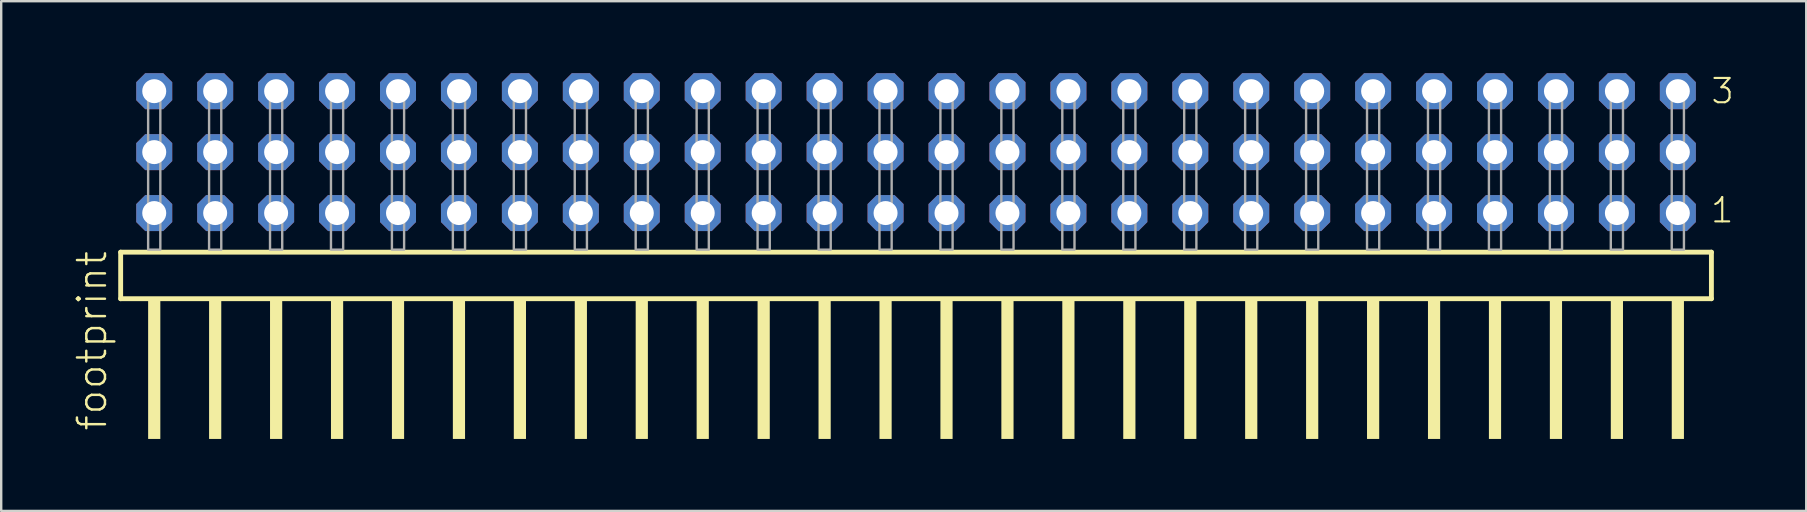
<source format=kicad_pcb>
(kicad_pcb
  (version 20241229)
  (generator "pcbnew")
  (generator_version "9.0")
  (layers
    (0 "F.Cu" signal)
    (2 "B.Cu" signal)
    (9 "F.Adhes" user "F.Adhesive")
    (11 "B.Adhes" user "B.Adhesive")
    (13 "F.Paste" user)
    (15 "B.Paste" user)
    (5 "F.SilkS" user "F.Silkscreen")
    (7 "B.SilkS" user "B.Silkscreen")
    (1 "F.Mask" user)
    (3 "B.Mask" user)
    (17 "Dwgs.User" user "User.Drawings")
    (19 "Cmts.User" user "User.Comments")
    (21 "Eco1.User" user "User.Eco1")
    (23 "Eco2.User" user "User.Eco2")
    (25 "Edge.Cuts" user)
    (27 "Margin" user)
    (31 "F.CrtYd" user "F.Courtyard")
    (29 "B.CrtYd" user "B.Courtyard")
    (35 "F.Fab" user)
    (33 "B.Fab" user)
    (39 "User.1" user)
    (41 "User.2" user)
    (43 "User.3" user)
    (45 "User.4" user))
  (footprint "footprint"
    (layer "F.Cu")
    (at 35.128 7.354)
    (property "Reference" "footprint" (at -33.655 7.62 90) (layer "F.SilkS") (effects (font (size 1.168 1.168) (thickness 0.102)) (justify left bottom)))
    (fp_line (start -33.149 0.106) (end -33.149 2.046) (stroke (width 0.203) (type solid)) (layer "F.SilkS"))
    (fp_line (start -33.149 2.046) (end 33.149 2.046) (stroke (width 0.203) (type solid)) (layer "F.SilkS"))
    (fp_line (start 33.149 0.106) (end -33.149 0.106) (stroke (width 0.203) (type solid)) (layer "F.SilkS"))
    (fp_line (start 33.149 2.046) (end 33.149 0.106) (stroke (width 0.203) (type solid)) (layer "F.SilkS"))
    (fp_poly (pts (xy -32.004 7.89) (xy -31.496 7.89) (xy -31.496 2.04) (xy -32.004 2.04)) (stroke (width 0) (type solid)) (fill yes) (layer "F.SilkS"))
    (fp_poly (pts (xy -29.464 7.89) (xy -28.956 7.89) (xy -28.956 2.04) (xy -29.464 2.04)) (stroke (width 0) (type solid)) (fill yes) (layer "F.SilkS"))
    (fp_poly (pts (xy -26.924 7.89) (xy -26.416 7.89) (xy -26.416 2.04) (xy -26.924 2.04)) (stroke (width 0) (type solid)) (fill yes) (layer "F.SilkS"))
    (fp_poly (pts (xy -24.384 7.89) (xy -23.876 7.89) (xy -23.876 2.04) (xy -24.384 2.04)) (stroke (width 0) (type solid)) (fill yes) (layer "F.SilkS"))
    (fp_poly (pts (xy -21.844 7.89) (xy -21.336 7.89) (xy -21.336 2.04) (xy -21.844 2.04)) (stroke (width 0) (type solid)) (fill yes) (layer "F.SilkS"))
    (fp_poly (pts (xy -19.304 7.89) (xy -18.796 7.89) (xy -18.796 2.04) (xy -19.304 2.04)) (stroke (width 0) (type solid)) (fill yes) (layer "F.SilkS"))
    (fp_poly (pts (xy -16.764 7.89) (xy -16.256 7.89) (xy -16.256 2.04) (xy -16.764 2.04)) (stroke (width 0) (type solid)) (fill yes) (layer "F.SilkS"))
    (fp_poly (pts (xy -14.224 7.89) (xy -13.716 7.89) (xy -13.716 2.04) (xy -14.224 2.04)) (stroke (width 0) (type solid)) (fill yes) (layer "F.SilkS"))
    (fp_poly (pts (xy -11.684 7.89) (xy -11.176 7.89) (xy -11.176 2.04) (xy -11.684 2.04)) (stroke (width 0) (type solid)) (fill yes) (layer "F.SilkS"))
    (fp_poly (pts (xy -9.144 7.89) (xy -8.636 7.89) (xy -8.636 2.04) (xy -9.144 2.04)) (stroke (width 0) (type solid)) (fill yes) (layer "F.SilkS"))
    (fp_poly (pts (xy -6.604 7.89) (xy -6.096 7.89) (xy -6.096 2.04) (xy -6.604 2.04)) (stroke (width 0) (type solid)) (fill yes) (layer "F.SilkS"))
    (fp_poly (pts (xy -4.064 7.89) (xy -3.556 7.89) (xy -3.556 2.04) (xy -4.064 2.04)) (stroke (width 0) (type solid)) (fill yes) (layer "F.SilkS"))
    (fp_poly (pts (xy -1.524 7.89) (xy -1.016 7.89) (xy -1.016 2.04) (xy -1.524 2.04)) (stroke (width 0) (type solid)) (fill yes) (layer "F.SilkS"))
    (fp_poly (pts (xy 1.016 7.89) (xy 1.524 7.89) (xy 1.524 2.04) (xy 1.016 2.04)) (stroke (width 0) (type solid)) (fill yes) (layer "F.SilkS"))
    (fp_poly (pts (xy 3.556 7.89) (xy 4.064 7.89) (xy 4.064 2.04) (xy 3.556 2.04)) (stroke (width 0) (type solid)) (fill yes) (layer "F.SilkS"))
    (fp_poly (pts (xy 6.096 7.89) (xy 6.604 7.89) (xy 6.604 2.04) (xy 6.096 2.04)) (stroke (width 0) (type solid)) (fill yes) (layer "F.SilkS"))
    (fp_poly (pts (xy 8.636 7.89) (xy 9.144 7.89) (xy 9.144 2.04) (xy 8.636 2.04)) (stroke (width 0) (type solid)) (fill yes) (layer "F.SilkS"))
    (fp_poly (pts (xy 11.176 7.89) (xy 11.684 7.89) (xy 11.684 2.04) (xy 11.176 2.04)) (stroke (width 0) (type solid)) (fill yes) (layer "F.SilkS"))
    (fp_poly (pts (xy 13.716 7.89) (xy 14.224 7.89) (xy 14.224 2.04) (xy 13.716 2.04)) (stroke (width 0) (type solid)) (fill yes) (layer "F.SilkS"))
    (fp_poly (pts (xy 16.256 7.89) (xy 16.764 7.89) (xy 16.764 2.04) (xy 16.256 2.04)) (stroke (width 0) (type solid)) (fill yes) (layer "F.SilkS"))
    (fp_poly (pts (xy 18.796 7.89) (xy 19.304 7.89) (xy 19.304 2.04) (xy 18.796 2.04)) (stroke (width 0) (type solid)) (fill yes) (layer "F.SilkS"))
    (fp_poly (pts (xy 21.336 7.89) (xy 21.844 7.89) (xy 21.844 2.04) (xy 21.336 2.04)) (stroke (width 0) (type solid)) (fill yes) (layer "F.SilkS"))
    (fp_poly (pts (xy 23.876 7.89) (xy 24.384 7.89) (xy 24.384 2.04) (xy 23.876 2.04)) (stroke (width 0) (type solid)) (fill yes) (layer "F.SilkS"))
    (fp_poly (pts (xy 26.416 7.89) (xy 26.924 7.89) (xy 26.924 2.04) (xy 26.416 2.04)) (stroke (width 0) (type solid)) (fill yes) (layer "F.SilkS"))
    (fp_poly (pts (xy 28.956 7.89) (xy 29.464 7.89) (xy 29.464 2.04) (xy 28.956 2.04)) (stroke (width 0) (type solid)) (fill yes) (layer "F.SilkS"))
    (fp_poly (pts (xy 31.496 7.89) (xy 32.004 7.89) (xy 32.004 2.04) (xy 31.496 2.04)) (stroke (width 0) (type solid)) (fill yes) (layer "F.SilkS"))
    (fp_poly (pts (xy -32.004 0) (xy -31.496 0) (xy -31.496 -6.858) (xy -32.004 -6.858)) (stroke (width 0.1) (type solid)) (fill no) (layer "F.Fab"))
    (fp_poly (pts (xy -29.464 0) (xy -28.956 0) (xy -28.956 -6.858) (xy -29.464 -6.858)) (stroke (width 0.1) (type solid)) (fill no) (layer "F.Fab"))
    (fp_poly (pts (xy -26.924 0) (xy -26.416 0) (xy -26.416 -6.858) (xy -26.924 -6.858)) (stroke (width 0.1) (type solid)) (fill no) (layer "F.Fab"))
    (fp_poly (pts (xy -24.384 0) (xy -23.876 0) (xy -23.876 -6.858) (xy -24.384 -6.858)) (stroke (width 0.1) (type solid)) (fill no) (layer "F.Fab"))
    (fp_poly (pts (xy -21.844 0) (xy -21.336 0) (xy -21.336 -6.858) (xy -21.844 -6.858)) (stroke (width 0.1) (type solid)) (fill no) (layer "F.Fab"))
    (fp_poly (pts (xy -19.304 0) (xy -18.796 0) (xy -18.796 -6.858) (xy -19.304 -6.858)) (stroke (width 0.1) (type solid)) (fill no) (layer "F.Fab"))
    (fp_poly (pts (xy -16.764 0) (xy -16.256 0) (xy -16.256 -6.858) (xy -16.764 -6.858)) (stroke (width 0.1) (type solid)) (fill no) (layer "F.Fab"))
    (fp_poly (pts (xy -14.224 0) (xy -13.716 0) (xy -13.716 -6.858) (xy -14.224 -6.858)) (stroke (width 0.1) (type solid)) (fill no) (layer "F.Fab"))
    (fp_poly (pts (xy -11.684 0) (xy -11.176 0) (xy -11.176 -6.858) (xy -11.684 -6.858)) (stroke (width 0.1) (type solid)) (fill no) (layer "F.Fab"))
    (fp_poly (pts (xy -9.144 0) (xy -8.636 0) (xy -8.636 -6.858) (xy -9.144 -6.858)) (stroke (width 0.1) (type solid)) (fill no) (layer "F.Fab"))
    (fp_poly (pts (xy -6.604 0) (xy -6.096 0) (xy -6.096 -6.858) (xy -6.604 -6.858)) (stroke (width 0.1) (type solid)) (fill no) (layer "F.Fab"))
    (fp_poly (pts (xy -4.064 0) (xy -3.556 0) (xy -3.556 -6.858) (xy -4.064 -6.858)) (stroke (width 0.1) (type solid)) (fill no) (layer "F.Fab"))
    (fp_poly (pts (xy -1.524 0) (xy -1.016 0) (xy -1.016 -6.858) (xy -1.524 -6.858)) (stroke (width 0.1) (type solid)) (fill no) (layer "F.Fab"))
    (fp_poly (pts (xy 1.016 0) (xy 1.524 0) (xy 1.524 -6.858) (xy 1.016 -6.858)) (stroke (width 0.1) (type solid)) (fill no) (layer "F.Fab"))
    (fp_poly (pts (xy 3.556 0) (xy 4.064 0) (xy 4.064 -6.858) (xy 3.556 -6.858)) (stroke (width 0.1) (type solid)) (fill no) (layer "F.Fab"))
    (fp_poly (pts (xy 6.096 0) (xy 6.604 0) (xy 6.604 -6.858) (xy 6.096 -6.858)) (stroke (width 0.1) (type solid)) (fill no) (layer "F.Fab"))
    (fp_poly (pts (xy 8.636 0) (xy 9.144 0) (xy 9.144 -6.858) (xy 8.636 -6.858)) (stroke (width 0.1) (type solid)) (fill no) (layer "F.Fab"))
    (fp_poly (pts (xy 11.176 0) (xy 11.684 0) (xy 11.684 -6.858) (xy 11.176 -6.858)) (stroke (width 0.1) (type solid)) (fill no) (layer "F.Fab"))
    (fp_poly (pts (xy 13.716 0) (xy 14.224 0) (xy 14.224 -6.858) (xy 13.716 -6.858)) (stroke (width 0.1) (type solid)) (fill no) (layer "F.Fab"))
    (fp_poly (pts (xy 16.256 0) (xy 16.764 0) (xy 16.764 -6.858) (xy 16.256 -6.858)) (stroke (width 0.1) (type solid)) (fill no) (layer "F.Fab"))
    (fp_poly (pts (xy 18.796 0) (xy 19.304 0) (xy 19.304 -6.858) (xy 18.796 -6.858)) (stroke (width 0.1) (type solid)) (fill no) (layer "F.Fab"))
    (fp_poly (pts (xy 21.336 0) (xy 21.844 0) (xy 21.844 -6.858) (xy 21.336 -6.858)) (stroke (width 0.1) (type solid)) (fill no) (layer "F.Fab"))
    (fp_poly (pts (xy 23.876 0) (xy 24.384 0) (xy 24.384 -6.858) (xy 23.876 -6.858)) (stroke (width 0.1) (type solid)) (fill no) (layer "F.Fab"))
    (fp_poly (pts (xy 26.416 0) (xy 26.924 0) (xy 26.924 -6.858) (xy 26.416 -6.858)) (stroke (width 0.1) (type solid)) (fill no) (layer "F.Fab"))
    (fp_poly (pts (xy 28.956 0) (xy 29.464 0) (xy 29.464 -6.858) (xy 28.956 -6.858)) (stroke (width 0.1) (type solid)) (fill no) (layer "F.Fab"))
    (fp_poly (pts (xy 31.496 0) (xy 32.004 0) (xy 32.004 -6.858) (xy 31.496 -6.858)) (stroke (width 0.1) (type solid)) (fill no) (layer "F.Fab"))
    (fp_text user "1" (at 33.06 -1.05 0) (layer "F.SilkS") (effects (font (size 1.012 1.012) (thickness 0.088)) (justify left bottom)))
    (fp_text user "3" (at 33.075 -6.015 0) (layer "F.SilkS") (effects (font (size 1.012 1.012) (thickness 0.088)) (justify left bottom)))
    (pad "1" thru_hole roundrect (at 31.75 -1.524 180) (size 1.5 1.5) (drill 1) (layers "*.Cu" "*.Mask") (roundrect_rratio 0.25) (chamfer_ratio 0.25) (chamfer top_left top_right bottom_left bottom_right))
    (pad "2" thru_hole roundrect (at 31.75 -4.064 180) (size 1.5 1.5) (drill 1) (layers "*.Cu" "*.Mask") (roundrect_rratio 0.25) (chamfer_ratio 0.25) (chamfer top_left top_right bottom_left bottom_right))
    (pad "3" thru_hole roundrect (at 31.75 -6.604 180) (size 1.5 1.5) (drill 1) (layers "*.Cu" "*.Mask") (roundrect_rratio 0.25) (chamfer_ratio 0.25) (chamfer top_left top_right bottom_left bottom_right))
    (pad "4" thru_hole roundrect (at 29.21 -1.524 180) (size 1.5 1.5) (drill 1) (layers "*.Cu" "*.Mask") (roundrect_rratio 0.25) (chamfer_ratio 0.25) (chamfer top_left top_right bottom_left bottom_right))
    (pad "5" thru_hole roundrect (at 29.21 -4.064 180) (size 1.5 1.5) (drill 1) (layers "*.Cu" "*.Mask") (roundrect_rratio 0.25) (chamfer_ratio 0.25) (chamfer top_left top_right bottom_left bottom_right))
    (pad "6" thru_hole roundrect (at 29.21 -6.604 180) (size 1.5 1.5) (drill 1) (layers "*.Cu" "*.Mask") (roundrect_rratio 0.25) (chamfer_ratio 0.25) (chamfer top_left top_right bottom_left bottom_right))
    (pad "7" thru_hole roundrect (at 26.67 -1.524 180) (size 1.5 1.5) (drill 1) (layers "*.Cu" "*.Mask") (roundrect_rratio 0.25) (chamfer_ratio 0.25) (chamfer top_left top_right bottom_left bottom_right))
    (pad "8" thru_hole roundrect (at 26.67 -4.064 180) (size 1.5 1.5) (drill 1) (layers "*.Cu" "*.Mask") (roundrect_rratio 0.25) (chamfer_ratio 0.25) (chamfer top_left top_right bottom_left bottom_right))
    (pad "9" thru_hole roundrect (at 26.67 -6.604 180) (size 1.5 1.5) (drill 1) (layers "*.Cu" "*.Mask") (roundrect_rratio 0.25) (chamfer_ratio 0.25) (chamfer top_left top_right bottom_left bottom_right))
    (pad "10" thru_hole roundrect (at 24.13 -1.524 180) (size 1.5 1.5) (drill 1) (layers "*.Cu" "*.Mask") (roundrect_rratio 0.25) (chamfer_ratio 0.25) (chamfer top_left top_right bottom_left bottom_right))
    (pad "11" thru_hole roundrect (at 24.13 -4.064 180) (size 1.5 1.5) (drill 1) (layers "*.Cu" "*.Mask") (roundrect_rratio 0.25) (chamfer_ratio 0.25) (chamfer top_left top_right bottom_left bottom_right))
    (pad "12" thru_hole roundrect (at 24.13 -6.604 180) (size 1.5 1.5) (drill 1) (layers "*.Cu" "*.Mask") (roundrect_rratio 0.25) (chamfer_ratio 0.25) (chamfer top_left top_right bottom_left bottom_right))
    (pad "13" thru_hole roundrect (at 21.59 -1.524 180) (size 1.5 1.5) (drill 1) (layers "*.Cu" "*.Mask") (roundrect_rratio 0.25) (chamfer_ratio 0.25) (chamfer top_left top_right bottom_left bottom_right))
    (pad "14" thru_hole roundrect (at 21.59 -4.064 180) (size 1.5 1.5) (drill 1) (layers "*.Cu" "*.Mask") (roundrect_rratio 0.25) (chamfer_ratio 0.25) (chamfer top_left top_right bottom_left bottom_right))
    (pad "15" thru_hole roundrect (at 21.59 -6.604 180) (size 1.5 1.5) (drill 1) (layers "*.Cu" "*.Mask") (roundrect_rratio 0.25) (chamfer_ratio 0.25) (chamfer top_left top_right bottom_left bottom_right))
    (pad "16" thru_hole roundrect (at 19.05 -1.524 180) (size 1.5 1.5) (drill 1) (layers "*.Cu" "*.Mask") (roundrect_rratio 0.25) (chamfer_ratio 0.25) (chamfer top_left top_right bottom_left bottom_right))
    (pad "17" thru_hole roundrect (at 19.05 -4.064 180) (size 1.5 1.5) (drill 1) (layers "*.Cu" "*.Mask") (roundrect_rratio 0.25) (chamfer_ratio 0.25) (chamfer top_left top_right bottom_left bottom_right))
    (pad "18" thru_hole roundrect (at 19.05 -6.604 180) (size 1.5 1.5) (drill 1) (layers "*.Cu" "*.Mask") (roundrect_rratio 0.25) (chamfer_ratio 0.25) (chamfer top_left top_right bottom_left bottom_right))
    (pad "19" thru_hole roundrect (at 16.51 -1.524 180) (size 1.5 1.5) (drill 1) (layers "*.Cu" "*.Mask") (roundrect_rratio 0.25) (chamfer_ratio 0.25) (chamfer top_left top_right bottom_left bottom_right))
    (pad "20" thru_hole roundrect (at 16.51 -4.064 180) (size 1.5 1.5) (drill 1) (layers "*.Cu" "*.Mask") (roundrect_rratio 0.25) (chamfer_ratio 0.25) (chamfer top_left top_right bottom_left bottom_right))
    (pad "21" thru_hole roundrect (at 16.51 -6.604 180) (size 1.5 1.5) (drill 1) (layers "*.Cu" "*.Mask") (roundrect_rratio 0.25) (chamfer_ratio 0.25) (chamfer top_left top_right bottom_left bottom_right))
    (pad "22" thru_hole roundrect (at 13.97 -1.524 180) (size 1.5 1.5) (drill 1) (layers "*.Cu" "*.Mask") (roundrect_rratio 0.25) (chamfer_ratio 0.25) (chamfer top_left top_right bottom_left bottom_right))
    (pad "23" thru_hole roundrect (at 13.97 -4.064 180) (size 1.5 1.5) (drill 1) (layers "*.Cu" "*.Mask") (roundrect_rratio 0.25) (chamfer_ratio 0.25) (chamfer top_left top_right bottom_left bottom_right))
    (pad "24" thru_hole roundrect (at 13.97 -6.604 180) (size 1.5 1.5) (drill 1) (layers "*.Cu" "*.Mask") (roundrect_rratio 0.25) (chamfer_ratio 0.25) (chamfer top_left top_right bottom_left bottom_right))
    (pad "25" thru_hole roundrect (at 11.43 -1.524 180) (size 1.5 1.5) (drill 1) (layers "*.Cu" "*.Mask") (roundrect_rratio 0.25) (chamfer_ratio 0.25) (chamfer top_left top_right bottom_left bottom_right))
    (pad "26" thru_hole roundrect (at 11.43 -4.064 180) (size 1.5 1.5) (drill 1) (layers "*.Cu" "*.Mask") (roundrect_rratio 0.25) (chamfer_ratio 0.25) (chamfer top_left top_right bottom_left bottom_right))
    (pad "27" thru_hole roundrect (at 11.43 -6.604 180) (size 1.5 1.5) (drill 1) (layers "*.Cu" "*.Mask") (roundrect_rratio 0.25) (chamfer_ratio 0.25) (chamfer top_left top_right bottom_left bottom_right))
    (pad "28" thru_hole roundrect (at 8.89 -1.524 180) (size 1.5 1.5) (drill 1) (layers "*.Cu" "*.Mask") (roundrect_rratio 0.25) (chamfer_ratio 0.25) (chamfer top_left top_right bottom_left bottom_right))
    (pad "29" thru_hole roundrect (at 8.89 -4.064 180) (size 1.5 1.5) (drill 1) (layers "*.Cu" "*.Mask") (roundrect_rratio 0.25) (chamfer_ratio 0.25) (chamfer top_left top_right bottom_left bottom_right))
    (pad "30" thru_hole roundrect (at 8.89 -6.604 180) (size 1.5 1.5) (drill 1) (layers "*.Cu" "*.Mask") (roundrect_rratio 0.25) (chamfer_ratio 0.25) (chamfer top_left top_right bottom_left bottom_right))
    (pad "31" thru_hole roundrect (at 6.35 -1.524 180) (size 1.5 1.5) (drill 1) (layers "*.Cu" "*.Mask") (roundrect_rratio 0.25) (chamfer_ratio 0.25) (chamfer top_left top_right bottom_left bottom_right))
    (pad "32" thru_hole roundrect (at 6.35 -4.064 180) (size 1.5 1.5) (drill 1) (layers "*.Cu" "*.Mask") (roundrect_rratio 0.25) (chamfer_ratio 0.25) (chamfer top_left top_right bottom_left bottom_right))
    (pad "33" thru_hole roundrect (at 6.35 -6.604 180) (size 1.5 1.5) (drill 1) (layers "*.Cu" "*.Mask") (roundrect_rratio 0.25) (chamfer_ratio 0.25) (chamfer top_left top_right bottom_left bottom_right))
    (pad "34" thru_hole roundrect (at 3.81 -1.524 180) (size 1.5 1.5) (drill 1) (layers "*.Cu" "*.Mask") (roundrect_rratio 0.25) (chamfer_ratio 0.25) (chamfer top_left top_right bottom_left bottom_right))
    (pad "35" thru_hole roundrect (at 3.81 -4.064 180) (size 1.5 1.5) (drill 1) (layers "*.Cu" "*.Mask") (roundrect_rratio 0.25) (chamfer_ratio 0.25) (chamfer top_left top_right bottom_left bottom_right))
    (pad "36" thru_hole roundrect (at 3.81 -6.604 180) (size 1.5 1.5) (drill 1) (layers "*.Cu" "*.Mask") (roundrect_rratio 0.25) (chamfer_ratio 0.25) (chamfer top_left top_right bottom_left bottom_right))
    (pad "37" thru_hole roundrect (at 1.27 -1.524 180) (size 1.5 1.5) (drill 1) (layers "*.Cu" "*.Mask") (roundrect_rratio 0.25) (chamfer_ratio 0.25) (chamfer top_left top_right bottom_left bottom_right))
    (pad "38" thru_hole roundrect (at 1.27 -4.064 180) (size 1.5 1.5) (drill 1) (layers "*.Cu" "*.Mask") (roundrect_rratio 0.25) (chamfer_ratio 0.25) (chamfer top_left top_right bottom_left bottom_right))
    (pad "39" thru_hole roundrect (at 1.27 -6.604 180) (size 1.5 1.5) (drill 1) (layers "*.Cu" "*.Mask") (roundrect_rratio 0.25) (chamfer_ratio 0.25) (chamfer top_left top_right bottom_left bottom_right))
    (pad "40" thru_hole roundrect (at -1.27 -1.524 180) (size 1.5 1.5) (drill 1) (layers "*.Cu" "*.Mask") (roundrect_rratio 0.25) (chamfer_ratio 0.25) (chamfer top_left top_right bottom_left bottom_right))
    (pad "41" thru_hole roundrect (at -1.27 -4.064 180) (size 1.5 1.5) (drill 1) (layers "*.Cu" "*.Mask") (roundrect_rratio 0.25) (chamfer_ratio 0.25) (chamfer top_left top_right bottom_left bottom_right))
    (pad "42" thru_hole roundrect (at -1.27 -6.604 180) (size 1.5 1.5) (drill 1) (layers "*.Cu" "*.Mask") (roundrect_rratio 0.25) (chamfer_ratio 0.25) (chamfer top_left top_right bottom_left bottom_right))
    (pad "43" thru_hole roundrect (at -3.81 -1.524 180) (size 1.5 1.5) (drill 1) (layers "*.Cu" "*.Mask") (roundrect_rratio 0.25) (chamfer_ratio 0.25) (chamfer top_left top_right bottom_left bottom_right))
    (pad "44" thru_hole roundrect (at -3.81 -4.064 180) (size 1.5 1.5) (drill 1) (layers "*.Cu" "*.Mask") (roundrect_rratio 0.25) (chamfer_ratio 0.25) (chamfer top_left top_right bottom_left bottom_right))
    (pad "45" thru_hole roundrect (at -3.81 -6.604 180) (size 1.5 1.5) (drill 1) (layers "*.Cu" "*.Mask") (roundrect_rratio 0.25) (chamfer_ratio 0.25) (chamfer top_left top_right bottom_left bottom_right))
    (pad "46" thru_hole roundrect (at -6.35 -1.524 180) (size 1.5 1.5) (drill 1) (layers "*.Cu" "*.Mask") (roundrect_rratio 0.25) (chamfer_ratio 0.25) (chamfer top_left top_right bottom_left bottom_right))
    (pad "47" thru_hole roundrect (at -6.35 -4.064 180) (size 1.5 1.5) (drill 1) (layers "*.Cu" "*.Mask") (roundrect_rratio 0.25) (chamfer_ratio 0.25) (chamfer top_left top_right bottom_left bottom_right))
    (pad "48" thru_hole roundrect (at -6.35 -6.604 180) (size 1.5 1.5) (drill 1) (layers "*.Cu" "*.Mask") (roundrect_rratio 0.25) (chamfer_ratio 0.25) (chamfer top_left top_right bottom_left bottom_right))
    (pad "49" thru_hole roundrect (at -8.89 -1.524 180) (size 1.5 1.5) (drill 1) (layers "*.Cu" "*.Mask") (roundrect_rratio 0.25) (chamfer_ratio 0.25) (chamfer top_left top_right bottom_left bottom_right))
    (pad "50" thru_hole roundrect (at -8.89 -4.064 180) (size 1.5 1.5) (drill 1) (layers "*.Cu" "*.Mask") (roundrect_rratio 0.25) (chamfer_ratio 0.25) (chamfer top_left top_right bottom_left bottom_right))
    (pad "51" thru_hole roundrect (at -8.89 -6.604 180) (size 1.5 1.5) (drill 1) (layers "*.Cu" "*.Mask") (roundrect_rratio 0.25) (chamfer_ratio 0.25) (chamfer top_left top_right bottom_left bottom_right))
    (pad "52" thru_hole roundrect (at -11.43 -1.524 180) (size 1.5 1.5) (drill 1) (layers "*.Cu" "*.Mask") (roundrect_rratio 0.25) (chamfer_ratio 0.25) (chamfer top_left top_right bottom_left bottom_right))
    (pad "53" thru_hole roundrect (at -11.43 -4.064 180) (size 1.5 1.5) (drill 1) (layers "*.Cu" "*.Mask") (roundrect_rratio 0.25) (chamfer_ratio 0.25) (chamfer top_left top_right bottom_left bottom_right))
    (pad "54" thru_hole roundrect (at -11.43 -6.604 180) (size 1.5 1.5) (drill 1) (layers "*.Cu" "*.Mask") (roundrect_rratio 0.25) (chamfer_ratio 0.25) (chamfer top_left top_right bottom_left bottom_right))
    (pad "55" thru_hole roundrect (at -13.97 -1.524 180) (size 1.5 1.5) (drill 1) (layers "*.Cu" "*.Mask") (roundrect_rratio 0.25) (chamfer_ratio 0.25) (chamfer top_left top_right bottom_left bottom_right))
    (pad "56" thru_hole roundrect (at -13.97 -4.064 180) (size 1.5 1.5) (drill 1) (layers "*.Cu" "*.Mask") (roundrect_rratio 0.25) (chamfer_ratio 0.25) (chamfer top_left top_right bottom_left bottom_right))
    (pad "57" thru_hole roundrect (at -13.97 -6.604 180) (size 1.5 1.5) (drill 1) (layers "*.Cu" "*.Mask") (roundrect_rratio 0.25) (chamfer_ratio 0.25) (chamfer top_left top_right bottom_left bottom_right))
    (pad "58" thru_hole roundrect (at -16.51 -1.524 180) (size 1.5 1.5) (drill 1) (layers "*.Cu" "*.Mask") (roundrect_rratio 0.25) (chamfer_ratio 0.25) (chamfer top_left top_right bottom_left bottom_right))
    (pad "59" thru_hole roundrect (at -16.51 -4.064 180) (size 1.5 1.5) (drill 1) (layers "*.Cu" "*.Mask") (roundrect_rratio 0.25) (chamfer_ratio 0.25) (chamfer top_left top_right bottom_left bottom_right))
    (pad "60" thru_hole roundrect (at -16.51 -6.604 180) (size 1.5 1.5) (drill 1) (layers "*.Cu" "*.Mask") (roundrect_rratio 0.25) (chamfer_ratio 0.25) (chamfer top_left top_right bottom_left bottom_right))
    (pad "61" thru_hole roundrect (at -19.05 -1.524 180) (size 1.5 1.5) (drill 1) (layers "*.Cu" "*.Mask") (roundrect_rratio 0.25) (chamfer_ratio 0.25) (chamfer top_left top_right bottom_left bottom_right))
    (pad "62" thru_hole roundrect (at -19.05 -4.064 180) (size 1.5 1.5) (drill 1) (layers "*.Cu" "*.Mask") (roundrect_rratio 0.25) (chamfer_ratio 0.25) (chamfer top_left top_right bottom_left bottom_right))
    (pad "63" thru_hole roundrect (at -19.05 -6.604 180) (size 1.5 1.5) (drill 1) (layers "*.Cu" "*.Mask") (roundrect_rratio 0.25) (chamfer_ratio 0.25) (chamfer top_left top_right bottom_left bottom_right))
    (pad "64" thru_hole roundrect (at -21.59 -1.524 180) (size 1.5 1.5) (drill 1) (layers "*.Cu" "*.Mask") (roundrect_rratio 0.25) (chamfer_ratio 0.25) (chamfer top_left top_right bottom_left bottom_right))
    (pad "65" thru_hole roundrect (at -21.59 -4.064 180) (size 1.5 1.5) (drill 1) (layers "*.Cu" "*.Mask") (roundrect_rratio 0.25) (chamfer_ratio 0.25) (chamfer top_left top_right bottom_left bottom_right))
    (pad "66" thru_hole roundrect (at -21.59 -6.604 180) (size 1.5 1.5) (drill 1) (layers "*.Cu" "*.Mask") (roundrect_rratio 0.25) (chamfer_ratio 0.25) (chamfer top_left top_right bottom_left bottom_right))
    (pad "67" thru_hole roundrect (at -24.13 -1.524 180) (size 1.5 1.5) (drill 1) (layers "*.Cu" "*.Mask") (roundrect_rratio 0.25) (chamfer_ratio 0.25) (chamfer top_left top_right bottom_left bottom_right))
    (pad "68" thru_hole roundrect (at -24.13 -4.064 180) (size 1.5 1.5) (drill 1) (layers "*.Cu" "*.Mask") (roundrect_rratio 0.25) (chamfer_ratio 0.25) (chamfer top_left top_right bottom_left bottom_right))
    (pad "69" thru_hole roundrect (at -24.13 -6.604 180) (size 1.5 1.5) (drill 1) (layers "*.Cu" "*.Mask") (roundrect_rratio 0.25) (chamfer_ratio 0.25) (chamfer top_left top_right bottom_left bottom_right))
    (pad "70" thru_hole roundrect (at -26.67 -1.524 180) (size 1.5 1.5) (drill 1) (layers "*.Cu" "*.Mask") (roundrect_rratio 0.25) (chamfer_ratio 0.25) (chamfer top_left top_right bottom_left bottom_right))
    (pad "71" thru_hole roundrect (at -26.67 -4.064 180) (size 1.5 1.5) (drill 1) (layers "*.Cu" "*.Mask") (roundrect_rratio 0.25) (chamfer_ratio 0.25) (chamfer top_left top_right bottom_left bottom_right))
    (pad "72" thru_hole roundrect (at -26.67 -6.604 180) (size 1.5 1.5) (drill 1) (layers "*.Cu" "*.Mask") (roundrect_rratio 0.25) (chamfer_ratio 0.25) (chamfer top_left top_right bottom_left bottom_right))
    (pad "73" thru_hole roundrect (at -29.21 -1.524 180) (size 1.5 1.5) (drill 1) (layers "*.Cu" "*.Mask") (roundrect_rratio 0.25) (chamfer_ratio 0.25) (chamfer top_left top_right bottom_left bottom_right))
    (pad "74" thru_hole roundrect (at -29.21 -4.064 180) (size 1.5 1.5) (drill 1) (layers "*.Cu" "*.Mask") (roundrect_rratio 0.25) (chamfer_ratio 0.25) (chamfer top_left top_right bottom_left bottom_right))
    (pad "75" thru_hole roundrect (at -29.21 -6.604 180) (size 1.5 1.5) (drill 1) (layers "*.Cu" "*.Mask") (roundrect_rratio 0.25) (chamfer_ratio 0.25) (chamfer top_left top_right bottom_left bottom_right))
    (pad "76" thru_hole roundrect (at -31.75 -1.524 180) (size 1.5 1.5) (drill 1) (layers "*.Cu" "*.Mask") (roundrect_rratio 0.25) (chamfer_ratio 0.25) (chamfer top_left top_right bottom_left bottom_right))
    (pad "77" thru_hole roundrect (at -31.75 -4.064 180) (size 1.5 1.5) (drill 1) (layers "*.Cu" "*.Mask") (roundrect_rratio 0.25) (chamfer_ratio 0.25) (chamfer top_left top_right bottom_left bottom_right))
    (pad "78" thru_hole roundrect (at -31.75 -6.604 180) (size 1.5 1.5) (drill 1) (layers "*.Cu" "*.Mask") (roundrect_rratio 0.25) (chamfer_ratio 0.25) (chamfer top_left top_right bottom_left bottom_right)))
  (gr_rect
    (start -3 -3)
    (end 72.229 18.244)
    (stroke (width 0.1) (type default))
    (fill no)
    (layer "Edge.Cuts")))
</source>
